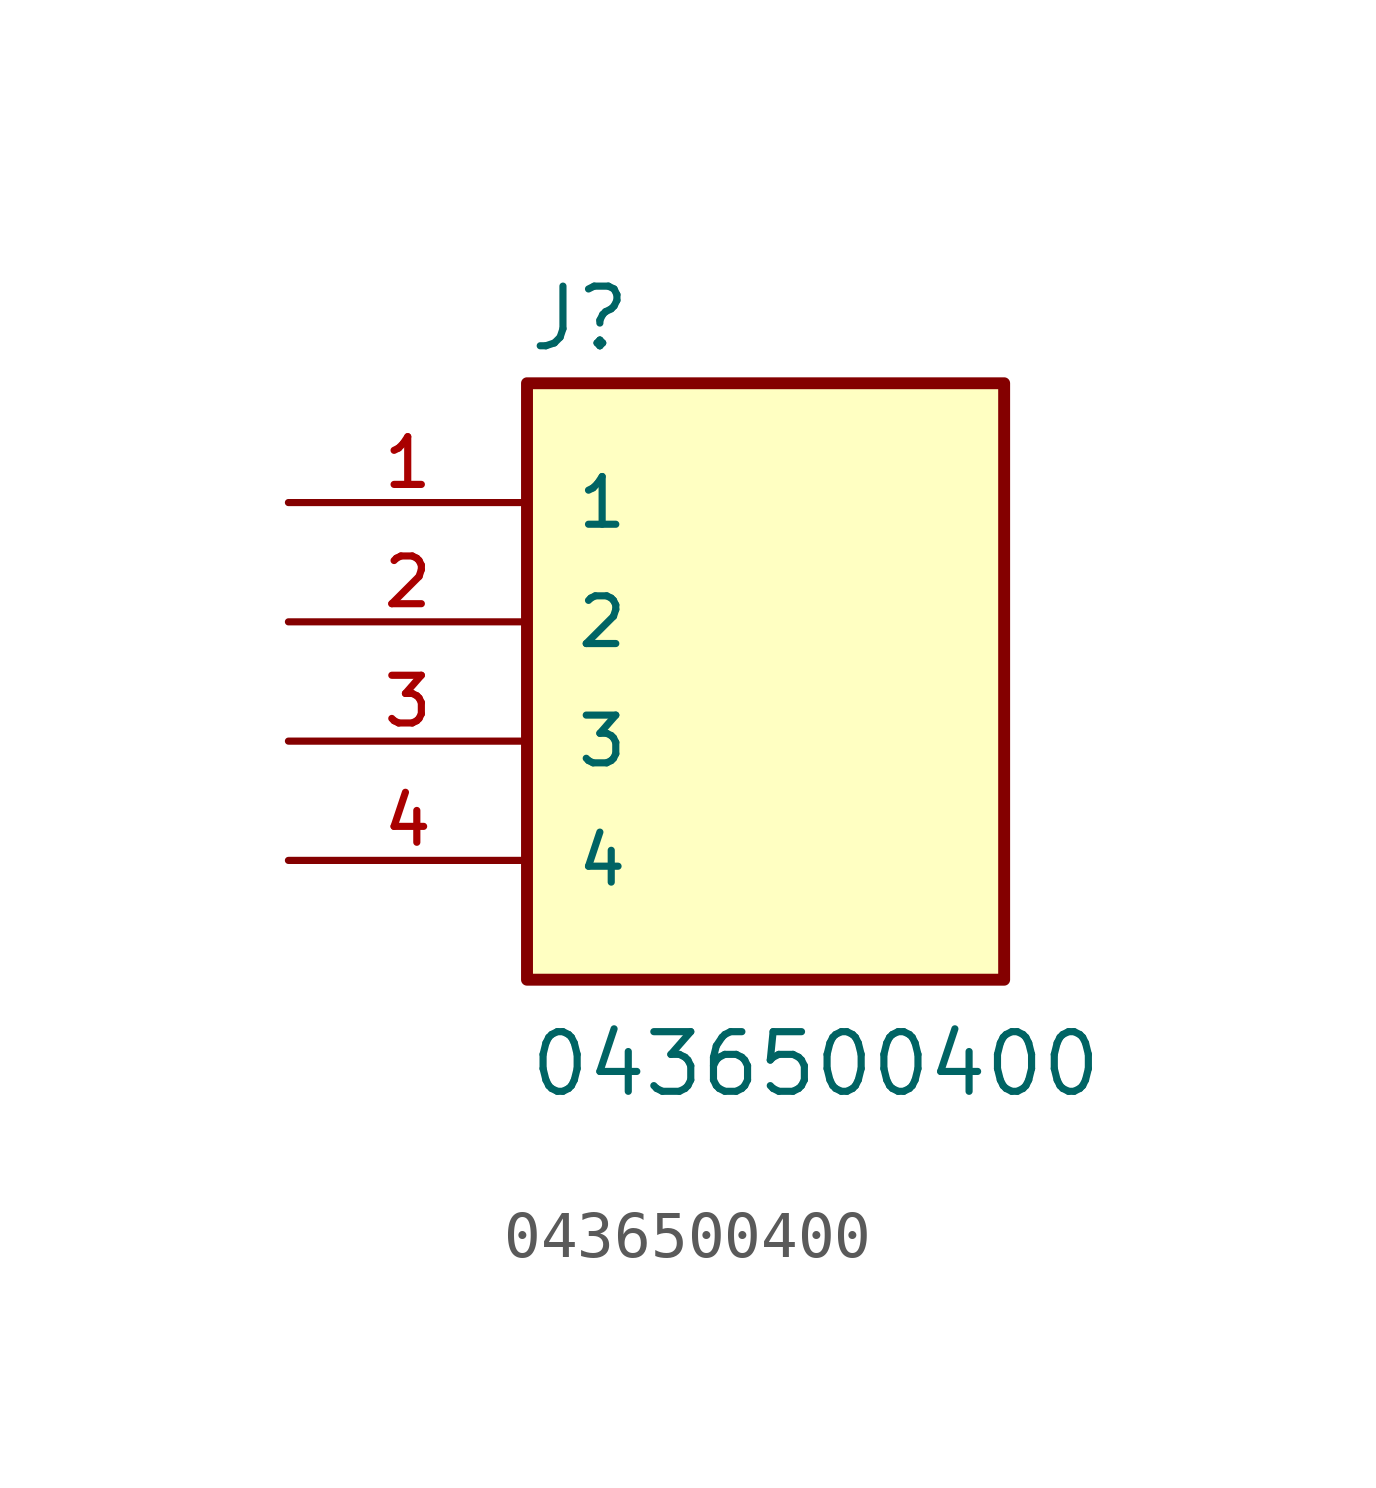
<source format=kicad_sym>
(kicad_symbol_lib
  (version 20211014)
  (generator kicad_symbol_editor)
  (symbol "0436500400"
    (pin_names
      (offset 1.016))
    (property "Reference" "J"
      (at -5.08 5.715 0)
      (effects (font (size 1.27 1.27)) (justify bottom left)))
    (property "Value" "0436500400"
      (at -5.08 -10.16 0)
      (effects (font (size 1.27 1.27)) (justify bottom left)))
    (symbol "0436500400_0_0"
      (rectangle (start -5.08 -7.62) (end 5.08 5.08) (stroke (width 0.254)) (fill (type background)))
      (pin passive line (at -10.16 2.54 0) (length 5.08) (name "1" (effects (font (size 1.016 1.016)))) (number "1" (effects (font (size 1.016 1.016)))))
      (pin passive line (at -10.16 0.0 0) (length 5.08) (name "2" (effects (font (size 1.016 1.016)))) (number "2" (effects (font (size 1.016 1.016)))))
      (pin passive line (at -10.16 -2.54 0) (length 5.08) (name "3" (effects (font (size 1.016 1.016)))) (number "3" (effects (font (size 1.016 1.016)))))
      (pin passive line (at -10.16 -5.08 0) (length 5.08) (name "4" (effects (font (size 1.016 1.016)))) (number "4" (effects (font (size 1.016 1.016))))))))
</source>
